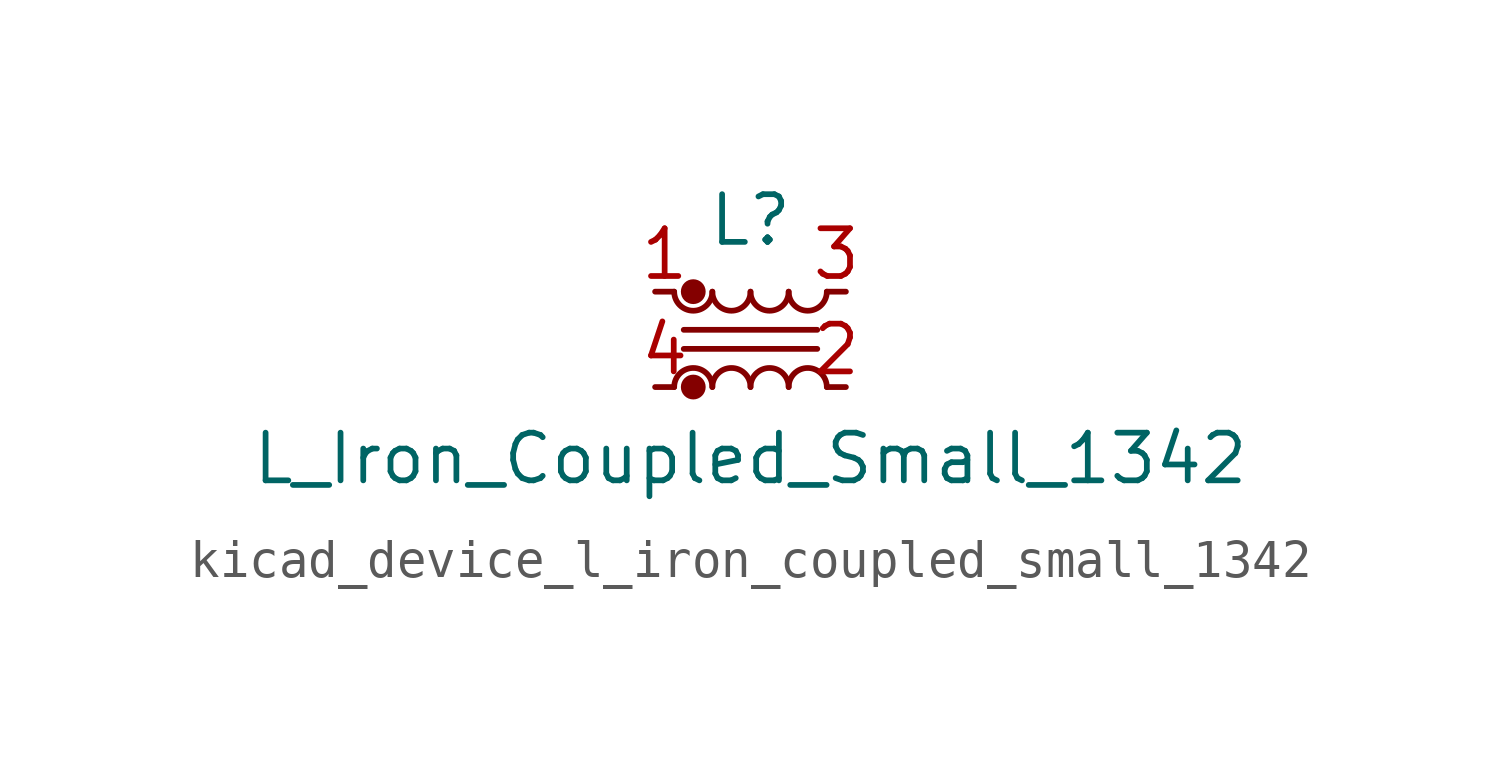
<source format=kicad_sym>
(kicad_symbol_lib
  (version 20220914)
  (generator kicad_symbol_editor)
  (symbol "kicad_device_l_iron_coupled_small_1342"
    (pin_names
      (offset 0.254) hide)
    (property "Reference" "L"
      (at 0 3.175 0)
      (effects (font (size 1.27 1.27))))
    (property "Value" "L_Iron_Coupled_Small_1342"
      (at 0 -3.175 0)
      (effects (font (size 1.27 1.27))))
    (symbol "kicad_device_l_iron_coupled_small_1342_0_1"
      (arc (start -2.032 1.27) (mid -1.524 0.7642) (end -1.016 1.27) (stroke (width 0) (type default)) (fill (type none)))
      (circle (center -1.524 -1.27) (radius 0.254) (stroke (width 0) (type default)) (fill (type outline)))
      (circle (center -1.524 1.27) (radius 0.254) (stroke (width 0) (type default)) (fill (type outline)))
      (arc (start -1.016 -1.27) (mid -1.524 -0.7642) (end -2.032 -1.27) (stroke (width 0) (type default)) (fill (type none)))
      (arc (start -1.016 1.27) (mid -0.508 0.7642) (end 0 1.27) (stroke (width 0) (type default)) (fill (type none)))
      (arc (start 0 -1.27) (mid -0.508 -0.7642) (end -1.016 -1.27) (stroke (width 0) (type default)) (fill (type none)))
      (polyline (pts (xy 1.778 -0.254) (xy -1.778 -0.254)) (stroke (width 0) (type default)) (fill (type none)))
      (polyline (pts (xy 1.778 0.254) (xy -1.778 0.254)) (stroke (width 0) (type default)) (fill (type none)))
      (arc (start 0 1.27) (mid 0.508 0.7642) (end 1.016 1.27) (stroke (width 0) (type default)) (fill (type none)))
      (arc (start 1.016 -1.27) (mid 0.508 -0.7642) (end 0 -1.27) (stroke (width 0) (type default)) (fill (type none)))
      (arc (start 1.016 1.27) (mid 1.524 0.7642) (end 2.032 1.27) (stroke (width 0) (type default)) (fill (type none)))
      (arc (start 2.032 -1.27) (mid 1.524 -0.7642) (end 1.016 -1.27) (stroke (width 0) (type default)) (fill (type none))))
    (symbol "kicad_device_l_iron_coupled_small_1342_1_1"
      (pin passive line (at -2.54 1.27 0) (length 0.508) (name "1" (effects (font (size 1.27 1.27)))) (number "1" (effects (font (size 1.27 1.27)))))
      (pin passive line (at 2.54 -1.27 180) (length 0.508) (name "2" (effects (font (size 1.27 1.27)))) (number "2" (effects (font (size 1.27 1.27)))))
      (pin passive line (at 2.54 1.27 180) (length 0.508) (name "3" (effects (font (size 1.27 1.27)))) (number "3" (effects (font (size 1.27 1.27)))))
      (pin passive line (at -2.54 -1.27 0) (length 0.508) (name "4" (effects (font (size 1.27 1.27)))) (number "4" (effects (font (size 1.27 1.27))))))))
</source>
